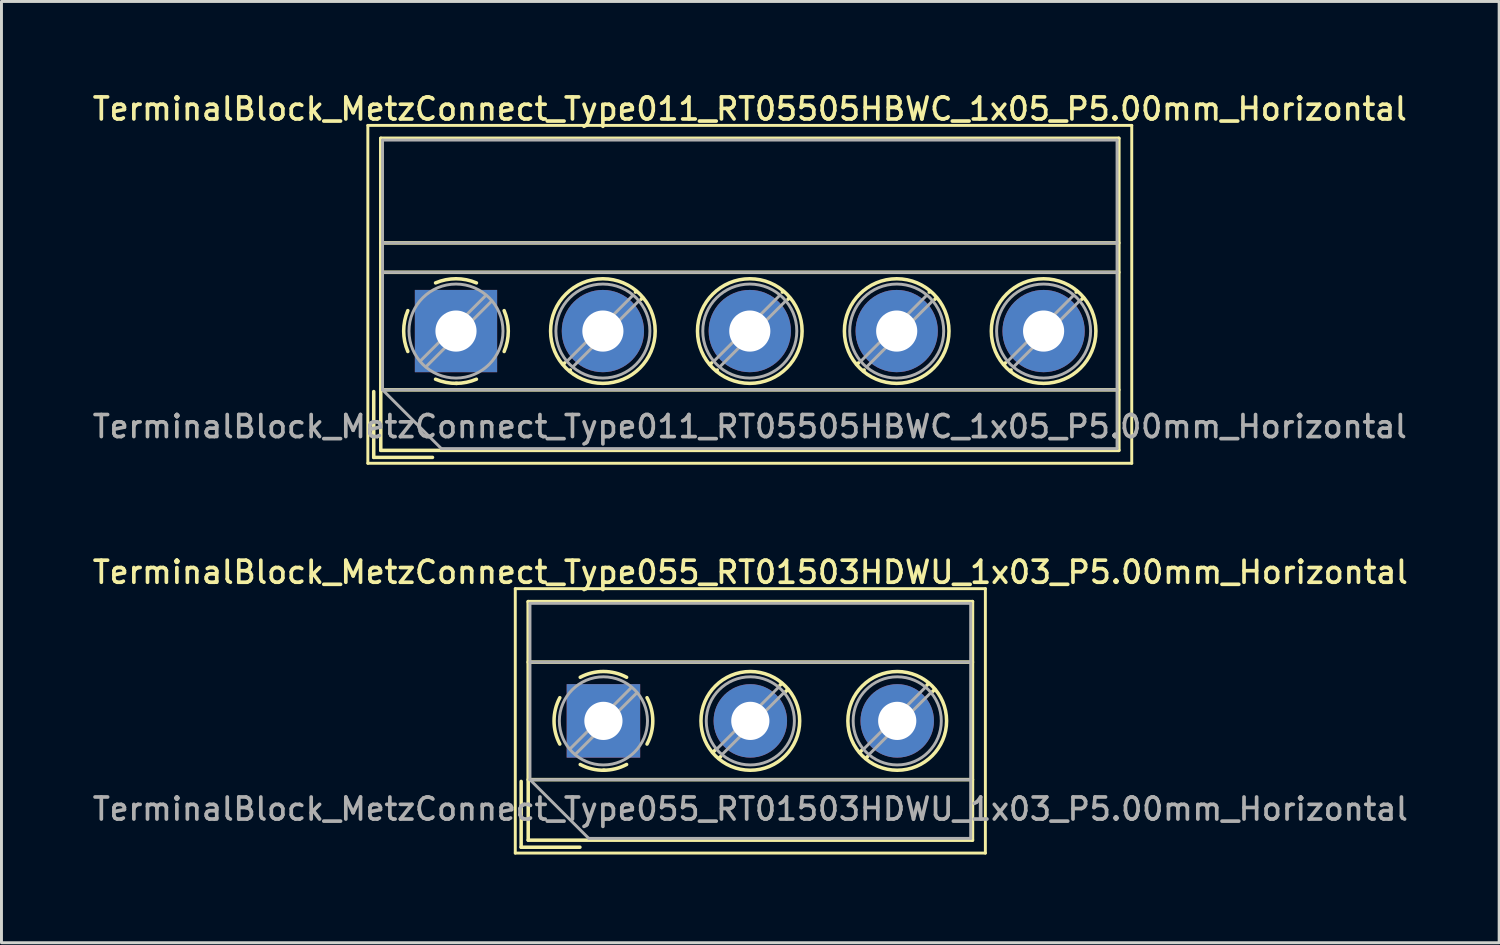
<source format=kicad_pcb>
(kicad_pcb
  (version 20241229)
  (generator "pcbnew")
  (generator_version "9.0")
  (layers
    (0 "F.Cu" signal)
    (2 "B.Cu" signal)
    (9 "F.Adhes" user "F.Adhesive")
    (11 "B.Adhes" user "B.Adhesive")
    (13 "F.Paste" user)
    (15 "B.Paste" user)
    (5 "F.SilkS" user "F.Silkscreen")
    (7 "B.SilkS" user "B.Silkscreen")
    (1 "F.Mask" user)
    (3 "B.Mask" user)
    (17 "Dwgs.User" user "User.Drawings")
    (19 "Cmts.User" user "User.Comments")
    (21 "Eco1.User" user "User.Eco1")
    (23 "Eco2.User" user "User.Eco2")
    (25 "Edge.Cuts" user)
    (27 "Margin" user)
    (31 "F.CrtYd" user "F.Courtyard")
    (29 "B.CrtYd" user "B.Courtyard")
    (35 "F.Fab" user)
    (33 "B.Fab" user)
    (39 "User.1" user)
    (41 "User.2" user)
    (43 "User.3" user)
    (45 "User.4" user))
  (footprint "TerminalBlock_MetzConnect_Type055_RT01503HDWU_1x03_P5.00mm_Horizontal"
    (layer "F.Cu")
    (at 17.488 21.486)
    (property "Reference" "TerminalBlock_MetzConnect_Type055_RT01503HDWU_1x03_P5.00mm_Horizontal" (at 5 -5.06 0) (layer "F.SilkS") (effects (font (size 0.75 0.75) (thickness 0.125))))
    (attr through_hole)
    (fp_line (start -3 -4.5) (end -3 4.5) (stroke (width 0.1) (type solid)) (layer "F.SilkS"))
    (fp_line (start -3 4.5) (end 13 4.5) (stroke (width 0.1) (type solid)) (layer "F.SilkS"))
    (fp_line (start -2.8 2.06) (end -2.8 4.3) (stroke (width 0.12) (type solid)) (layer "F.SilkS"))
    (fp_line (start -2.8 4.3) (end -0.8 4.3) (stroke (width 0.12) (type solid)) (layer "F.SilkS"))
    (fp_line (start -2.56 -4.06) (end -2.56 4.06) (stroke (width 0.12) (type solid)) (layer "F.SilkS"))
    (fp_line (start -2.56 -4.06) (end 12.56 -4.06) (stroke (width 0.12) (type solid)) (layer "F.SilkS"))
    (fp_line (start -2.56 -2) (end 12.56 -2) (stroke (width 0.12) (type solid)) (layer "F.SilkS"))
    (fp_line (start -2.56 2) (end 12.56 2) (stroke (width 0.12) (type solid)) (layer "F.SilkS"))
    (fp_line (start -2.56 4.06) (end 12.56 4.06) (stroke (width 0.12) (type solid)) (layer "F.SilkS"))
    (fp_line (start 3.82 0.976) (end 3.726 1.069) (stroke (width 0.12) (type solid)) (layer "F.SilkS"))
    (fp_line (start 3.99 1.216) (end 3.931 1.274) (stroke (width 0.12) (type solid)) (layer "F.SilkS"))
    (fp_line (start 6.07 -1.275) (end 6.011 -1.216) (stroke (width 0.12) (type solid)) (layer "F.SilkS"))
    (fp_line (start 6.275 -1.069) (end 6.181 -0.976) (stroke (width 0.12) (type solid)) (layer "F.SilkS"))
    (fp_line (start 8.82 0.976) (end 8.726 1.069) (stroke (width 0.12) (type solid)) (layer "F.SilkS"))
    (fp_line (start 8.99 1.216) (end 8.931 1.274) (stroke (width 0.12) (type solid)) (layer "F.SilkS"))
    (fp_line (start 11.07 -1.275) (end 11.011 -1.216) (stroke (width 0.12) (type solid)) (layer "F.SilkS"))
    (fp_line (start 11.275 -1.069) (end 11.181 -0.976) (stroke (width 0.12) (type solid)) (layer "F.SilkS"))
    (fp_line (start 12.56 -4.06) (end 12.56 4.06) (stroke (width 0.12) (type solid)) (layer "F.SilkS"))
    (fp_line (start 13 -4.5) (end -3 -4.5) (stroke (width 0.1) (type solid)) (layer "F.SilkS"))
    (fp_line (start 13 4.5) (end 13 -4.5) (stroke (width 0.1) (type solid)) (layer "F.SilkS"))
    (fp_arc (start -1.483953 0.789089) (mid -1.680708 0.00005) (end -1.484 -0.789) (stroke (width 0.12) (type solid)) (layer "F.SilkS"))
    (fp_arc (start -0.789089 -1.483953) (mid -0.00005 -1.680708) (end 0.789 -1.484) (stroke (width 0.12) (type solid)) (layer "F.SilkS"))
    (fp_arc (start 0.029383 1.68045) (mid -0.392304 1.634281) (end -0.789 1.484) (stroke (width 0.12) (type solid)) (layer "F.SilkS"))
    (fp_arc (start 0.788712 1.483352) (mid 0.406429 1.630097) (end 0 1.68) (stroke (width 0.12) (type solid)) (layer "F.SilkS"))
    (fp_arc (start 1.483953 -0.789089) (mid 1.680708 -0.00005) (end 1.484 0.789) (stroke (width 0.12) (type solid)) (layer "F.SilkS"))
    (fp_circle (center 5 0) (end 6.68 0) (stroke (width 0.12) (type solid)) (fill no) (layer "F.SilkS"))
    (fp_circle (center 10 0) (end 11.68 0) (stroke (width 0.12) (type solid)) (fill no) (layer "F.SilkS"))
    (fp_line (start -2.5 -4) (end 12.5 -4) (stroke (width 0.1) (type solid)) (layer "F.Fab"))
    (fp_line (start -2.5 -2) (end 12.5 -2) (stroke (width 0.1) (type solid)) (layer "F.Fab"))
    (fp_line (start -2.5 2) (end -2.5 -4) (stroke (width 0.1) (type solid)) (layer "F.Fab"))
    (fp_line (start -2.5 2) (end 12.5 2) (stroke (width 0.1) (type solid)) (layer "F.Fab"))
    (fp_line (start -0.5 4) (end -2.5 2) (stroke (width 0.1) (type solid)) (layer "F.Fab"))
    (fp_line (start 0.955 -1.138) (end -1.138 0.955) (stroke (width 0.1) (type solid)) (layer "F.Fab"))
    (fp_line (start 1.138 -0.955) (end -0.955 1.138) (stroke (width 0.1) (type solid)) (layer "F.Fab"))
    (fp_line (start 5.955 -1.138) (end 3.863 0.955) (stroke (width 0.1) (type solid)) (layer "F.Fab"))
    (fp_line (start 6.138 -0.955) (end 4.046 1.138) (stroke (width 0.1) (type solid)) (layer "F.Fab"))
    (fp_line (start 10.955 -1.138) (end 8.863 0.955) (stroke (width 0.1) (type solid)) (layer "F.Fab"))
    (fp_line (start 11.138 -0.955) (end 9.046 1.138) (stroke (width 0.1) (type solid)) (layer "F.Fab"))
    (fp_line (start 12.5 -4) (end 12.5 4) (stroke (width 0.1) (type solid)) (layer "F.Fab"))
    (fp_line (start 12.5 4) (end -0.5 4) (stroke (width 0.1) (type solid)) (layer "F.Fab"))
    (fp_circle (center 0 0) (end 1.5 0) (stroke (width 0.1) (type solid)) (fill no) (layer "F.Fab"))
    (fp_circle (center 5 0) (end 6.5 0) (stroke (width 0.1) (type solid)) (fill no) (layer "F.Fab"))
    (fp_circle (center 10 0) (end 11.5 0) (stroke (width 0.1) (type solid)) (fill no) (layer "F.Fab"))
    (fp_text user "${REFERENCE}" (at 5 3 0) (layer "F.Fab") (effects (font (size 0.75 0.75) (thickness 0.125))))
    (pad "1" thru_hole rect (at 0 0) (size 2.5 2.5) (drill 1.3) (layers "*.Cu" "*.Mask"))
    (pad "2" thru_hole circle (at 5 0) (size 2.5 2.5) (drill 1.3) (layers "*.Cu" "*.Mask"))
    (pad "3" thru_hole circle (at 10 0) (size 2.5 2.5) (drill 1.3) (layers "*.Cu" "*.Mask")))
  (footprint "TerminalBlock_MetzConnect_Type011_RT05505HBWC_1x05_P5.00mm_Horizontal"
    (layer "F.Cu")
    (at 12.47 8.218)
    (property "Reference" "TerminalBlock_MetzConnect_Type011_RT05505HBWC_1x05_P5.00mm_Horizontal" (at 10 -7.56 0) (layer "F.SilkS") (effects (font (size 0.75 0.75) (thickness 0.125))))
    (attr through_hole)
    (fp_line (start -3 -7) (end -3 4.5) (stroke (width 0.1) (type solid)) (layer "F.SilkS"))
    (fp_line (start -3 4.5) (end 23 4.5) (stroke (width 0.1) (type solid)) (layer "F.SilkS"))
    (fp_line (start -2.8 2.06) (end -2.8 4.3) (stroke (width 0.12) (type solid)) (layer "F.SilkS"))
    (fp_line (start -2.8 4.3) (end -0.8 4.3) (stroke (width 0.12) (type solid)) (layer "F.SilkS"))
    (fp_line (start -2.56 -6.56) (end -2.56 4.06) (stroke (width 0.12) (type solid)) (layer "F.SilkS"))
    (fp_line (start -2.56 -6.56) (end 22.56 -6.56) (stroke (width 0.12) (type solid)) (layer "F.SilkS"))
    (fp_line (start -2.56 -3) (end 22.56 -3) (stroke (width 0.12) (type solid)) (layer "F.SilkS"))
    (fp_line (start -2.56 -2) (end 22.56 -2) (stroke (width 0.12) (type solid)) (layer "F.SilkS"))
    (fp_line (start -2.56 2) (end 22.56 2) (stroke (width 0.12) (type solid)) (layer "F.SilkS"))
    (fp_line (start -2.56 4.06) (end 22.56 4.06) (stroke (width 0.12) (type solid)) (layer "F.SilkS"))
    (fp_line (start 3.7 1.083) (end 3.65 1.133) (stroke (width 0.12) (type solid)) (layer "F.SilkS"))
    (fp_line (start 3.892 1.325) (end 3.868 1.35) (stroke (width 0.12) (type solid)) (layer "F.SilkS"))
    (fp_line (start 6.133 -1.35) (end 6.108 -1.326) (stroke (width 0.12) (type solid)) (layer "F.SilkS"))
    (fp_line (start 6.35 -1.133) (end 6.301 -1.083) (stroke (width 0.12) (type solid)) (layer "F.SilkS"))
    (fp_line (start 8.7 1.083) (end 8.65 1.133) (stroke (width 0.12) (type solid)) (layer "F.SilkS"))
    (fp_line (start 8.892 1.325) (end 8.868 1.35) (stroke (width 0.12) (type solid)) (layer "F.SilkS"))
    (fp_line (start 11.133 -1.35) (end 11.108 -1.326) (stroke (width 0.12) (type solid)) (layer "F.SilkS"))
    (fp_line (start 11.35 -1.133) (end 11.301 -1.083) (stroke (width 0.12) (type solid)) (layer "F.SilkS"))
    (fp_line (start 13.7 1.083) (end 13.65 1.133) (stroke (width 0.12) (type solid)) (layer "F.SilkS"))
    (fp_line (start 13.892 1.325) (end 13.868 1.35) (stroke (width 0.12) (type solid)) (layer "F.SilkS"))
    (fp_line (start 16.133 -1.35) (end 16.108 -1.326) (stroke (width 0.12) (type solid)) (layer "F.SilkS"))
    (fp_line (start 16.35 -1.133) (end 16.301 -1.083) (stroke (width 0.12) (type solid)) (layer "F.SilkS"))
    (fp_line (start 18.7 1.083) (end 18.65 1.133) (stroke (width 0.12) (type solid)) (layer "F.SilkS"))
    (fp_line (start 18.892 1.325) (end 18.868 1.35) (stroke (width 0.12) (type solid)) (layer "F.SilkS"))
    (fp_line (start 21.133 -1.35) (end 21.108 -1.326) (stroke (width 0.12) (type solid)) (layer "F.SilkS"))
    (fp_line (start 21.35 -1.133) (end 21.301 -1.083) (stroke (width 0.12) (type solid)) (layer "F.SilkS"))
    (fp_line (start 22.56 -6.56) (end 22.56 4.06) (stroke (width 0.12) (type solid)) (layer "F.SilkS"))
    (fp_line (start 23 -7) (end -3 -7) (stroke (width 0.1) (type solid)) (layer "F.SilkS"))
    (fp_line (start 23 4.5) (end 23 -7) (stroke (width 0.1) (type solid)) (layer "F.SilkS"))
    (fp_arc (start -1.639206 0.695516) (mid -1.780657 -0.000263) (end -1.639 -0.696) (stroke (width 0.12) (type solid)) (layer "F.SilkS"))
    (fp_arc (start -0.695516 -1.639206) (mid 0.000263 -1.780657) (end 0.696 -1.639) (stroke (width 0.12) (type solid)) (layer "F.SilkS"))
    (fp_arc (start 0.030814 1.78039) (mid -0.340023 1.747891) (end -0.696 1.639) (stroke (width 0.12) (type solid)) (layer "F.SilkS"))
    (fp_arc (start 0.695501 1.638499) (mid 0.354875 1.744266) (end 0 1.78) (stroke (width 0.12) (type solid)) (layer "F.SilkS"))
    (fp_arc (start 1.639206 -0.695516) (mid 1.780657 0.000263) (end 1.639 0.696) (stroke (width 0.12) (type solid)) (layer "F.SilkS"))
    (fp_circle (center 5 0) (end 6.78 0) (stroke (width 0.12) (type solid)) (fill no) (layer "F.SilkS"))
    (fp_circle (center 10 0) (end 11.78 0) (stroke (width 0.12) (type solid)) (fill no) (layer "F.SilkS"))
    (fp_circle (center 15 0) (end 16.78 0) (stroke (width 0.12) (type solid)) (fill no) (layer "F.SilkS"))
    (fp_circle (center 20 0) (end 21.78 0) (stroke (width 0.12) (type solid)) (fill no) (layer "F.SilkS"))
    (fp_line (start -2.5 -6.5) (end 22.5 -6.5) (stroke (width 0.1) (type solid)) (layer "F.Fab"))
    (fp_line (start -2.5 -3) (end 22.5 -3) (stroke (width 0.1) (type solid)) (layer "F.Fab"))
    (fp_line (start -2.5 -2) (end 22.5 -2) (stroke (width 0.1) (type solid)) (layer "F.Fab"))
    (fp_line (start -2.5 2) (end -2.5 -6.5) (stroke (width 0.1) (type solid)) (layer "F.Fab"))
    (fp_line (start -2.5 2) (end 22.5 2) (stroke (width 0.1) (type solid)) (layer "F.Fab"))
    (fp_line (start -0.5 4) (end -2.5 2) (stroke (width 0.1) (type solid)) (layer "F.Fab"))
    (fp_line (start 1.019 -1.214) (end -1.214 1.018) (stroke (width 0.1) (type solid)) (layer "F.Fab"))
    (fp_line (start 1.214 -1.019) (end -1.019 1.214) (stroke (width 0.1) (type solid)) (layer "F.Fab"))
    (fp_line (start 6.019 -1.214) (end 3.787 1.018) (stroke (width 0.1) (type solid)) (layer "F.Fab"))
    (fp_line (start 6.214 -1.019) (end 3.982 1.214) (stroke (width 0.1) (type solid)) (layer "F.Fab"))
    (fp_line (start 11.019 -1.214) (end 8.787 1.018) (stroke (width 0.1) (type solid)) (layer "F.Fab"))
    (fp_line (start 11.214 -1.019) (end 8.982 1.214) (stroke (width 0.1) (type solid)) (layer "F.Fab"))
    (fp_line (start 16.019 -1.214) (end 13.787 1.018) (stroke (width 0.1) (type solid)) (layer "F.Fab"))
    (fp_line (start 16.214 -1.019) (end 13.982 1.214) (stroke (width 0.1) (type solid)) (layer "F.Fab"))
    (fp_line (start 21.019 -1.214) (end 18.787 1.018) (stroke (width 0.1) (type solid)) (layer "F.Fab"))
    (fp_line (start 21.214 -1.019) (end 18.982 1.214) (stroke (width 0.1) (type solid)) (layer "F.Fab"))
    (fp_line (start 22.5 -6.5) (end 22.5 4) (stroke (width 0.1) (type solid)) (layer "F.Fab"))
    (fp_line (start 22.5 4) (end -0.5 4) (stroke (width 0.1) (type solid)) (layer "F.Fab"))
    (fp_circle (center 0 0) (end 1.6 0) (stroke (width 0.1) (type solid)) (fill no) (layer "F.Fab"))
    (fp_circle (center 5 0) (end 6.6 0) (stroke (width 0.1) (type solid)) (fill no) (layer "F.Fab"))
    (fp_circle (center 10 0) (end 11.6 0) (stroke (width 0.1) (type solid)) (fill no) (layer "F.Fab"))
    (fp_circle (center 15 0) (end 16.6 0) (stroke (width 0.1) (type solid)) (fill no) (layer "F.Fab"))
    (fp_circle (center 20 0) (end 21.6 0) (stroke (width 0.1) (type solid)) (fill no) (layer "F.Fab"))
    (fp_text user "${REFERENCE}" (at 10 3.25 0) (layer "F.Fab") (effects (font (size 0.75 0.75) (thickness 0.125))))
    (pad "1" thru_hole rect (at 0 0) (size 2.8 2.8) (drill 1.4) (layers "*.Cu" "*.Mask"))
    (pad "2" thru_hole circle (at 5 0) (size 2.8 2.8) (drill 1.4) (layers "*.Cu" "*.Mask"))
    (pad "3" thru_hole circle (at 10 0) (size 2.8 2.8) (drill 1.4) (layers "*.Cu" "*.Mask"))
    (pad "4" thru_hole circle (at 15 0) (size 2.8 2.8) (drill 1.4) (layers "*.Cu" "*.Mask"))
    (pad "5" thru_hole circle (at 20 0) (size 2.8 2.8) (drill 1.4) (layers "*.Cu" "*.Mask")))
  (gr_rect
    (start -3 -3)
    (end 47.975 29.036)
    (stroke (width 0.1) (type default))
    (fill no)
    (layer "Edge.Cuts")))
</source>
